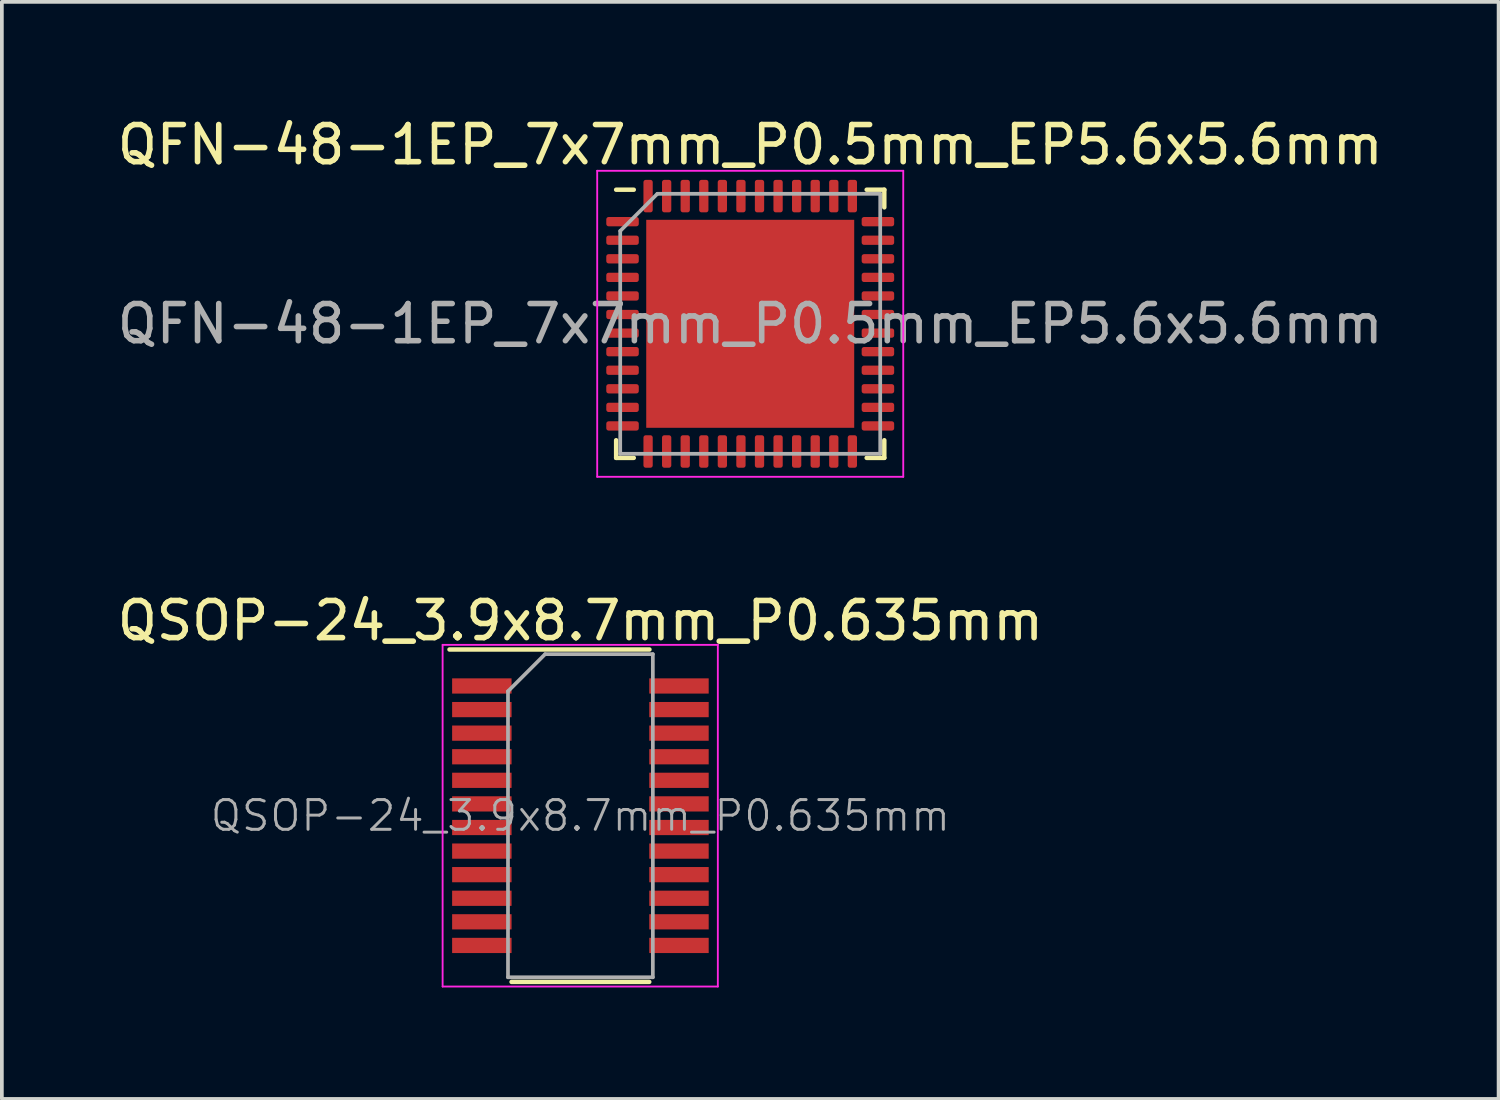
<source format=kicad_pcb>
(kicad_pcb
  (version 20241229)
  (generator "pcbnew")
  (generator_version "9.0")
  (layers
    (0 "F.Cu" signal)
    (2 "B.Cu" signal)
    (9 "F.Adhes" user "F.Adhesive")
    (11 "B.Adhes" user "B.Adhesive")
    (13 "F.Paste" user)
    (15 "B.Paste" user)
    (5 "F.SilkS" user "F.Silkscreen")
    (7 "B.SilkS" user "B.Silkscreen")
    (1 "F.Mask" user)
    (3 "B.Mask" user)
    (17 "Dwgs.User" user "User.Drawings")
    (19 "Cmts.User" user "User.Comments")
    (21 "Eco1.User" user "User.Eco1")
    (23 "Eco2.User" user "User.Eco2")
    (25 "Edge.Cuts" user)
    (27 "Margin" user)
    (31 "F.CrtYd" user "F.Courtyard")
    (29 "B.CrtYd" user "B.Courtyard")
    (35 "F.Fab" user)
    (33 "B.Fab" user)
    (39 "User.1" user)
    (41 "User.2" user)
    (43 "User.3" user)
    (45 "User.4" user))
  (footprint "QFN-48-1EP_7x7mm_P0.5mm_EP5.6x5.6mm"
    (layer "F.Cu")
    (at 17.149 5.668)
    (property "Reference" "QFN-48-1EP_7x7mm_P0.5mm_EP5.6x5.6mm" (at 0 -4.82 0) (layer "F.SilkS") (effects (font (size 1 1) (thickness 0.15))))
    (attr smd)
    (fp_line (start -3.61 3.61) (end -3.61 3.135) (stroke (width 0.12) (type solid)) (layer "F.SilkS"))
    (fp_line (start -3.135 -3.61) (end -3.61 -3.61) (stroke (width 0.12) (type solid)) (layer "F.SilkS"))
    (fp_line (start -3.135 3.61) (end -3.61 3.61) (stroke (width 0.12) (type solid)) (layer "F.SilkS"))
    (fp_line (start 3.135 -3.61) (end 3.61 -3.61) (stroke (width 0.12) (type solid)) (layer "F.SilkS"))
    (fp_line (start 3.135 3.61) (end 3.61 3.61) (stroke (width 0.12) (type solid)) (layer "F.SilkS"))
    (fp_line (start 3.61 -3.61) (end 3.61 -3.135) (stroke (width 0.12) (type solid)) (layer "F.SilkS"))
    (fp_line (start 3.61 3.61) (end 3.61 3.135) (stroke (width 0.12) (type solid)) (layer "F.SilkS"))
    (fp_line (start -4.12 -4.12) (end -4.12 4.12) (stroke (width 0.05) (type solid)) (layer "F.CrtYd"))
    (fp_line (start -4.12 4.12) (end 4.12 4.12) (stroke (width 0.05) (type solid)) (layer "F.CrtYd"))
    (fp_line (start 4.12 -4.12) (end -4.12 -4.12) (stroke (width 0.05) (type solid)) (layer "F.CrtYd"))
    (fp_line (start 4.12 4.12) (end 4.12 -4.12) (stroke (width 0.05) (type solid)) (layer "F.CrtYd"))
    (fp_line (start -3.5 -2.5) (end -2.5 -3.5) (stroke (width 0.1) (type solid)) (layer "F.Fab"))
    (fp_line (start -3.5 3.5) (end -3.5 -2.5) (stroke (width 0.1) (type solid)) (layer "F.Fab"))
    (fp_line (start -2.5 -3.5) (end 3.5 -3.5) (stroke (width 0.1) (type solid)) (layer "F.Fab"))
    (fp_line (start 3.5 -3.5) (end 3.5 3.5) (stroke (width 0.1) (type solid)) (layer "F.Fab"))
    (fp_line (start 3.5 3.5) (end -3.5 3.5) (stroke (width 0.1) (type solid)) (layer "F.Fab"))
    (fp_text user "${REFERENCE}" (at 0 0 0) (layer "F.Fab") (effects (font (size 1 1) (thickness 0.15))))
    (pad "" smd roundrect (at -2.1 -2.1) (size 1.13 1.13) (layers "F.Paste") (roundrect_rratio 0.221))
    (pad "" smd roundrect (at -2.1 -0.7) (size 1.13 1.13) (layers "F.Paste") (roundrect_rratio 0.221))
    (pad "" smd roundrect (at -2.1 0.7) (size 1.13 1.13) (layers "F.Paste") (roundrect_rratio 0.221))
    (pad "" smd roundrect (at -2.1 2.1) (size 1.13 1.13) (layers "F.Paste") (roundrect_rratio 0.221))
    (pad "" smd roundrect (at -0.7 -2.1) (size 1.13 1.13) (layers "F.Paste") (roundrect_rratio 0.221))
    (pad "" smd roundrect (at -0.7 -0.7) (size 1.13 1.13) (layers "F.Paste") (roundrect_rratio 0.221))
    (pad "" smd roundrect (at -0.7 0.7) (size 1.13 1.13) (layers "F.Paste") (roundrect_rratio 0.221))
    (pad "" smd roundrect (at -0.7 2.1) (size 1.13 1.13) (layers "F.Paste") (roundrect_rratio 0.221))
    (pad "" smd roundrect (at 0.7 -2.1) (size 1.13 1.13) (layers "F.Paste") (roundrect_rratio 0.221))
    (pad "" smd roundrect (at 0.7 -0.7) (size 1.13 1.13) (layers "F.Paste") (roundrect_rratio 0.221))
    (pad "" smd roundrect (at 0.7 0.7) (size 1.13 1.13) (layers "F.Paste") (roundrect_rratio 0.221))
    (pad "" smd roundrect (at 0.7 2.1) (size 1.13 1.13) (layers "F.Paste") (roundrect_rratio 0.221))
    (pad "" smd roundrect (at 2.1 -2.1) (size 1.13 1.13) (layers "F.Paste") (roundrect_rratio 0.221))
    (pad "" smd roundrect (at 2.1 -0.7) (size 1.13 1.13) (layers "F.Paste") (roundrect_rratio 0.221))
    (pad "" smd roundrect (at 2.1 0.7) (size 1.13 1.13) (layers "F.Paste") (roundrect_rratio 0.221))
    (pad "" smd roundrect (at 2.1 2.1) (size 1.13 1.13) (layers "F.Paste") (roundrect_rratio 0.221))
    (pad "1" smd roundrect (at -3.438 -2.75) (size 0.875 0.25) (layers "F.Cu" "F.Mask" "F.Paste") (roundrect_rratio 0.25))
    (pad "2" smd roundrect (at -3.438 -2.25) (size 0.875 0.25) (layers "F.Cu" "F.Mask" "F.Paste") (roundrect_rratio 0.25))
    (pad "3" smd roundrect (at -3.438 -1.75) (size 0.875 0.25) (layers "F.Cu" "F.Mask" "F.Paste") (roundrect_rratio 0.25))
    (pad "4" smd roundrect (at -3.438 -1.25) (size 0.875 0.25) (layers "F.Cu" "F.Mask" "F.Paste") (roundrect_rratio 0.25))
    (pad "5" smd roundrect (at -3.438 -0.75) (size 0.875 0.25) (layers "F.Cu" "F.Mask" "F.Paste") (roundrect_rratio 0.25))
    (pad "6" smd roundrect (at -3.438 -0.25) (size 0.875 0.25) (layers "F.Cu" "F.Mask" "F.Paste") (roundrect_rratio 0.25))
    (pad "7" smd roundrect (at -3.438 0.25) (size 0.875 0.25) (layers "F.Cu" "F.Mask" "F.Paste") (roundrect_rratio 0.25))
    (pad "8" smd roundrect (at -3.438 0.75) (size 0.875 0.25) (layers "F.Cu" "F.Mask" "F.Paste") (roundrect_rratio 0.25))
    (pad "9" smd roundrect (at -3.438 1.25) (size 0.875 0.25) (layers "F.Cu" "F.Mask" "F.Paste") (roundrect_rratio 0.25))
    (pad "10" smd roundrect (at -3.438 1.75) (size 0.875 0.25) (layers "F.Cu" "F.Mask" "F.Paste") (roundrect_rratio 0.25))
    (pad "11" smd roundrect (at -3.438 2.25) (size 0.875 0.25) (layers "F.Cu" "F.Mask" "F.Paste") (roundrect_rratio 0.25))
    (pad "12" smd roundrect (at -3.438 2.75) (size 0.875 0.25) (layers "F.Cu" "F.Mask" "F.Paste") (roundrect_rratio 0.25))
    (pad "13" smd roundrect (at -2.75 3.438) (size 0.25 0.875) (layers "F.Cu" "F.Mask" "F.Paste") (roundrect_rratio 0.25))
    (pad "14" smd roundrect (at -2.25 3.438) (size 0.25 0.875) (layers "F.Cu" "F.Mask" "F.Paste") (roundrect_rratio 0.25))
    (pad "15" smd roundrect (at -1.75 3.438) (size 0.25 0.875) (layers "F.Cu" "F.Mask" "F.Paste") (roundrect_rratio 0.25))
    (pad "16" smd roundrect (at -1.25 3.438) (size 0.25 0.875) (layers "F.Cu" "F.Mask" "F.Paste") (roundrect_rratio 0.25))
    (pad "17" smd roundrect (at -0.75 3.438) (size 0.25 0.875) (layers "F.Cu" "F.Mask" "F.Paste") (roundrect_rratio 0.25))
    (pad "18" smd roundrect (at -0.25 3.438) (size 0.25 0.875) (layers "F.Cu" "F.Mask" "F.Paste") (roundrect_rratio 0.25))
    (pad "19" smd roundrect (at 0.25 3.438) (size 0.25 0.875) (layers "F.Cu" "F.Mask" "F.Paste") (roundrect_rratio 0.25))
    (pad "20" smd roundrect (at 0.75 3.438) (size 0.25 0.875) (layers "F.Cu" "F.Mask" "F.Paste") (roundrect_rratio 0.25))
    (pad "21" smd roundrect (at 1.25 3.438) (size 0.25 0.875) (layers "F.Cu" "F.Mask" "F.Paste") (roundrect_rratio 0.25))
    (pad "22" smd roundrect (at 1.75 3.438) (size 0.25 0.875) (layers "F.Cu" "F.Mask" "F.Paste") (roundrect_rratio 0.25))
    (pad "23" smd roundrect (at 2.25 3.438) (size 0.25 0.875) (layers "F.Cu" "F.Mask" "F.Paste") (roundrect_rratio 0.25))
    (pad "24" smd roundrect (at 2.75 3.438) (size 0.25 0.875) (layers "F.Cu" "F.Mask" "F.Paste") (roundrect_rratio 0.25))
    (pad "25" smd roundrect (at 3.438 2.75) (size 0.875 0.25) (layers "F.Cu" "F.Mask" "F.Paste") (roundrect_rratio 0.25))
    (pad "26" smd roundrect (at 3.438 2.25) (size 0.875 0.25) (layers "F.Cu" "F.Mask" "F.Paste") (roundrect_rratio 0.25))
    (pad "27" smd roundrect (at 3.438 1.75) (size 0.875 0.25) (layers "F.Cu" "F.Mask" "F.Paste") (roundrect_rratio 0.25))
    (pad "28" smd roundrect (at 3.438 1.25) (size 0.875 0.25) (layers "F.Cu" "F.Mask" "F.Paste") (roundrect_rratio 0.25))
    (pad "29" smd roundrect (at 3.438 0.75) (size 0.875 0.25) (layers "F.Cu" "F.Mask" "F.Paste") (roundrect_rratio 0.25))
    (pad "30" smd roundrect (at 3.438 0.25) (size 0.875 0.25) (layers "F.Cu" "F.Mask" "F.Paste") (roundrect_rratio 0.25))
    (pad "31" smd roundrect (at 3.438 -0.25) (size 0.875 0.25) (layers "F.Cu" "F.Mask" "F.Paste") (roundrect_rratio 0.25))
    (pad "32" smd roundrect (at 3.438 -0.75) (size 0.875 0.25) (layers "F.Cu" "F.Mask" "F.Paste") (roundrect_rratio 0.25))
    (pad "33" smd roundrect (at 3.438 -1.25) (size 0.875 0.25) (layers "F.Cu" "F.Mask" "F.Paste") (roundrect_rratio 0.25))
    (pad "34" smd roundrect (at 3.438 -1.75) (size 0.875 0.25) (layers "F.Cu" "F.Mask" "F.Paste") (roundrect_rratio 0.25))
    (pad "35" smd roundrect (at 3.438 -2.25) (size 0.875 0.25) (layers "F.Cu" "F.Mask" "F.Paste") (roundrect_rratio 0.25))
    (pad "36" smd roundrect (at 3.438 -2.75) (size 0.875 0.25) (layers "F.Cu" "F.Mask" "F.Paste") (roundrect_rratio 0.25))
    (pad "37" smd roundrect (at 2.75 -3.438) (size 0.25 0.875) (layers "F.Cu" "F.Mask" "F.Paste") (roundrect_rratio 0.25))
    (pad "38" smd roundrect (at 2.25 -3.438) (size 0.25 0.875) (layers "F.Cu" "F.Mask" "F.Paste") (roundrect_rratio 0.25))
    (pad "39" smd roundrect (at 1.75 -3.438) (size 0.25 0.875) (layers "F.Cu" "F.Mask" "F.Paste") (roundrect_rratio 0.25))
    (pad "40" smd roundrect (at 1.25 -3.438) (size 0.25 0.875) (layers "F.Cu" "F.Mask" "F.Paste") (roundrect_rratio 0.25))
    (pad "41" smd roundrect (at 0.75 -3.438) (size 0.25 0.875) (layers "F.Cu" "F.Mask" "F.Paste") (roundrect_rratio 0.25))
    (pad "42" smd roundrect (at 0.25 -3.438) (size 0.25 0.875) (layers "F.Cu" "F.Mask" "F.Paste") (roundrect_rratio 0.25))
    (pad "43" smd roundrect (at -0.25 -3.438) (size 0.25 0.875) (layers "F.Cu" "F.Mask" "F.Paste") (roundrect_rratio 0.25))
    (pad "44" smd roundrect (at -0.75 -3.438) (size 0.25 0.875) (layers "F.Cu" "F.Mask" "F.Paste") (roundrect_rratio 0.25))
    (pad "45" smd roundrect (at -1.25 -3.438) (size 0.25 0.875) (layers "F.Cu" "F.Mask" "F.Paste") (roundrect_rratio 0.25))
    (pad "46" smd roundrect (at -1.75 -3.438) (size 0.25 0.875) (layers "F.Cu" "F.Mask" "F.Paste") (roundrect_rratio 0.25))
    (pad "47" smd roundrect (at -2.25 -3.438) (size 0.25 0.875) (layers "F.Cu" "F.Mask" "F.Paste") (roundrect_rratio 0.25))
    (pad "48" smd roundrect (at -2.75 -3.438) (size 0.25 0.875) (layers "F.Cu" "F.Mask" "F.Paste") (roundrect_rratio 0.25))
    (pad "49" smd rect (at 0 0) (size 5.6 5.6) (layers "F.Cu" "F.Mask")))
  (footprint "QSOP-24_3.9x8.7mm_P0.635mm"
    (layer "F.Cu")
    (at 12.577 18.912)
    (property "Reference" "QSOP-24_3.9x8.7mm_P0.635mm" (at 0 -5.25 0) (layer "F.SilkS") (effects (font (size 1 1) (thickness 0.15))))
    (attr smd)
    (fp_line (start -3.525 -4.475) (end 1.859 -4.475) (stroke (width 0.12) (type solid)) (layer "F.SilkS"))
    (fp_line (start -1.854 4.475) (end 1.854 4.475) (stroke (width 0.12) (type solid)) (layer "F.SilkS"))
    (fp_line (start -3.71 -4.6) (end -3.71 4.6) (stroke (width 0.05) (type solid)) (layer "F.CrtYd"))
    (fp_line (start -3.71 -4.6) (end 3.7 -4.6) (stroke (width 0.05) (type solid)) (layer "F.CrtYd"))
    (fp_line (start -3.71 4.6) (end 3.7 4.6) (stroke (width 0.05) (type solid)) (layer "F.CrtYd"))
    (fp_line (start 3.7 -4.6) (end 3.7 4.6) (stroke (width 0.05) (type solid)) (layer "F.CrtYd"))
    (fp_line (start -1.95 -3.35) (end -0.95 -4.35) (stroke (width 0.1) (type solid)) (layer "F.Fab"))
    (fp_line (start -1.95 4.35) (end -1.95 -3.35) (stroke (width 0.1) (type solid)) (layer "F.Fab"))
    (fp_line (start -0.95 -4.35) (end 1.95 -4.35) (stroke (width 0.1) (type solid)) (layer "F.Fab"))
    (fp_line (start 1.95 -4.35) (end 1.95 4.35) (stroke (width 0.1) (type solid)) (layer "F.Fab"))
    (fp_line (start 1.95 4.35) (end -1.95 4.35) (stroke (width 0.1) (type solid)) (layer "F.Fab"))
    (fp_text user "${REFERENCE}" (at 0 0 0) (layer "F.Fab") (effects (font (size 0.8 0.8) (thickness 0.08))))
    (pad "1" smd rect (at -2.654 -3.493) (size 1.6 0.41) (layers "F.Cu" "F.Mask" "F.Paste"))
    (pad "2" smd rect (at -2.654 -2.857) (size 1.6 0.41) (layers "F.Cu" "F.Mask" "F.Paste"))
    (pad "3" smd rect (at -2.654 -2.223) (size 1.6 0.41) (layers "F.Cu" "F.Mask" "F.Paste"))
    (pad "4" smd rect (at -2.654 -1.587) (size 1.6 0.41) (layers "F.Cu" "F.Mask" "F.Paste"))
    (pad "5" smd rect (at -2.654 -0.953) (size 1.6 0.41) (layers "F.Cu" "F.Mask" "F.Paste"))
    (pad "6" smd rect (at -2.654 -0.318) (size 1.6 0.41) (layers "F.Cu" "F.Mask" "F.Paste"))
    (pad "7" smd rect (at -2.654 0.318) (size 1.6 0.41) (layers "F.Cu" "F.Mask" "F.Paste"))
    (pad "8" smd rect (at -2.654 0.953) (size 1.6 0.41) (layers "F.Cu" "F.Mask" "F.Paste"))
    (pad "9" smd rect (at -2.654 1.587) (size 1.6 0.41) (layers "F.Cu" "F.Mask" "F.Paste"))
    (pad "10" smd rect (at -2.654 2.223) (size 1.6 0.41) (layers "F.Cu" "F.Mask" "F.Paste"))
    (pad "11" smd rect (at -2.654 2.857) (size 1.6 0.41) (layers "F.Cu" "F.Mask" "F.Paste"))
    (pad "12" smd rect (at -2.654 3.493) (size 1.6 0.41) (layers "F.Cu" "F.Mask" "F.Paste"))
    (pad "13" smd rect (at 2.654 3.493) (size 1.6 0.41) (layers "F.Cu" "F.Mask" "F.Paste"))
    (pad "14" smd rect (at 2.654 2.857) (size 1.6 0.41) (layers "F.Cu" "F.Mask" "F.Paste"))
    (pad "15" smd rect (at 2.654 2.223) (size 1.6 0.41) (layers "F.Cu" "F.Mask" "F.Paste"))
    (pad "16" smd rect (at 2.654 1.587) (size 1.6 0.41) (layers "F.Cu" "F.Mask" "F.Paste"))
    (pad "17" smd rect (at 2.654 0.953) (size 1.6 0.41) (layers "F.Cu" "F.Mask" "F.Paste"))
    (pad "18" smd rect (at 2.654 0.318) (size 1.6 0.41) (layers "F.Cu" "F.Mask" "F.Paste"))
    (pad "19" smd rect (at 2.654 -0.318) (size 1.6 0.41) (layers "F.Cu" "F.Mask" "F.Paste"))
    (pad "20" smd rect (at 2.654 -0.953) (size 1.6 0.41) (layers "F.Cu" "F.Mask" "F.Paste"))
    (pad "21" smd rect (at 2.654 -1.587) (size 1.6 0.41) (layers "F.Cu" "F.Mask" "F.Paste"))
    (pad "22" smd rect (at 2.654 -2.223) (size 1.6 0.41) (layers "F.Cu" "F.Mask" "F.Paste"))
    (pad "23" smd rect (at 2.654 -2.857) (size 1.6 0.41) (layers "F.Cu" "F.Mask" "F.Paste"))
    (pad "24" smd rect (at 2.654 -3.493) (size 1.6 0.41) (layers "F.Cu" "F.Mask" "F.Paste")))
  (gr_rect
    (start -3 -3)
    (end 37.298 26.537)
    (stroke (width 0.1) (type default))
    (fill no)
    (layer "Edge.Cuts")))
</source>
